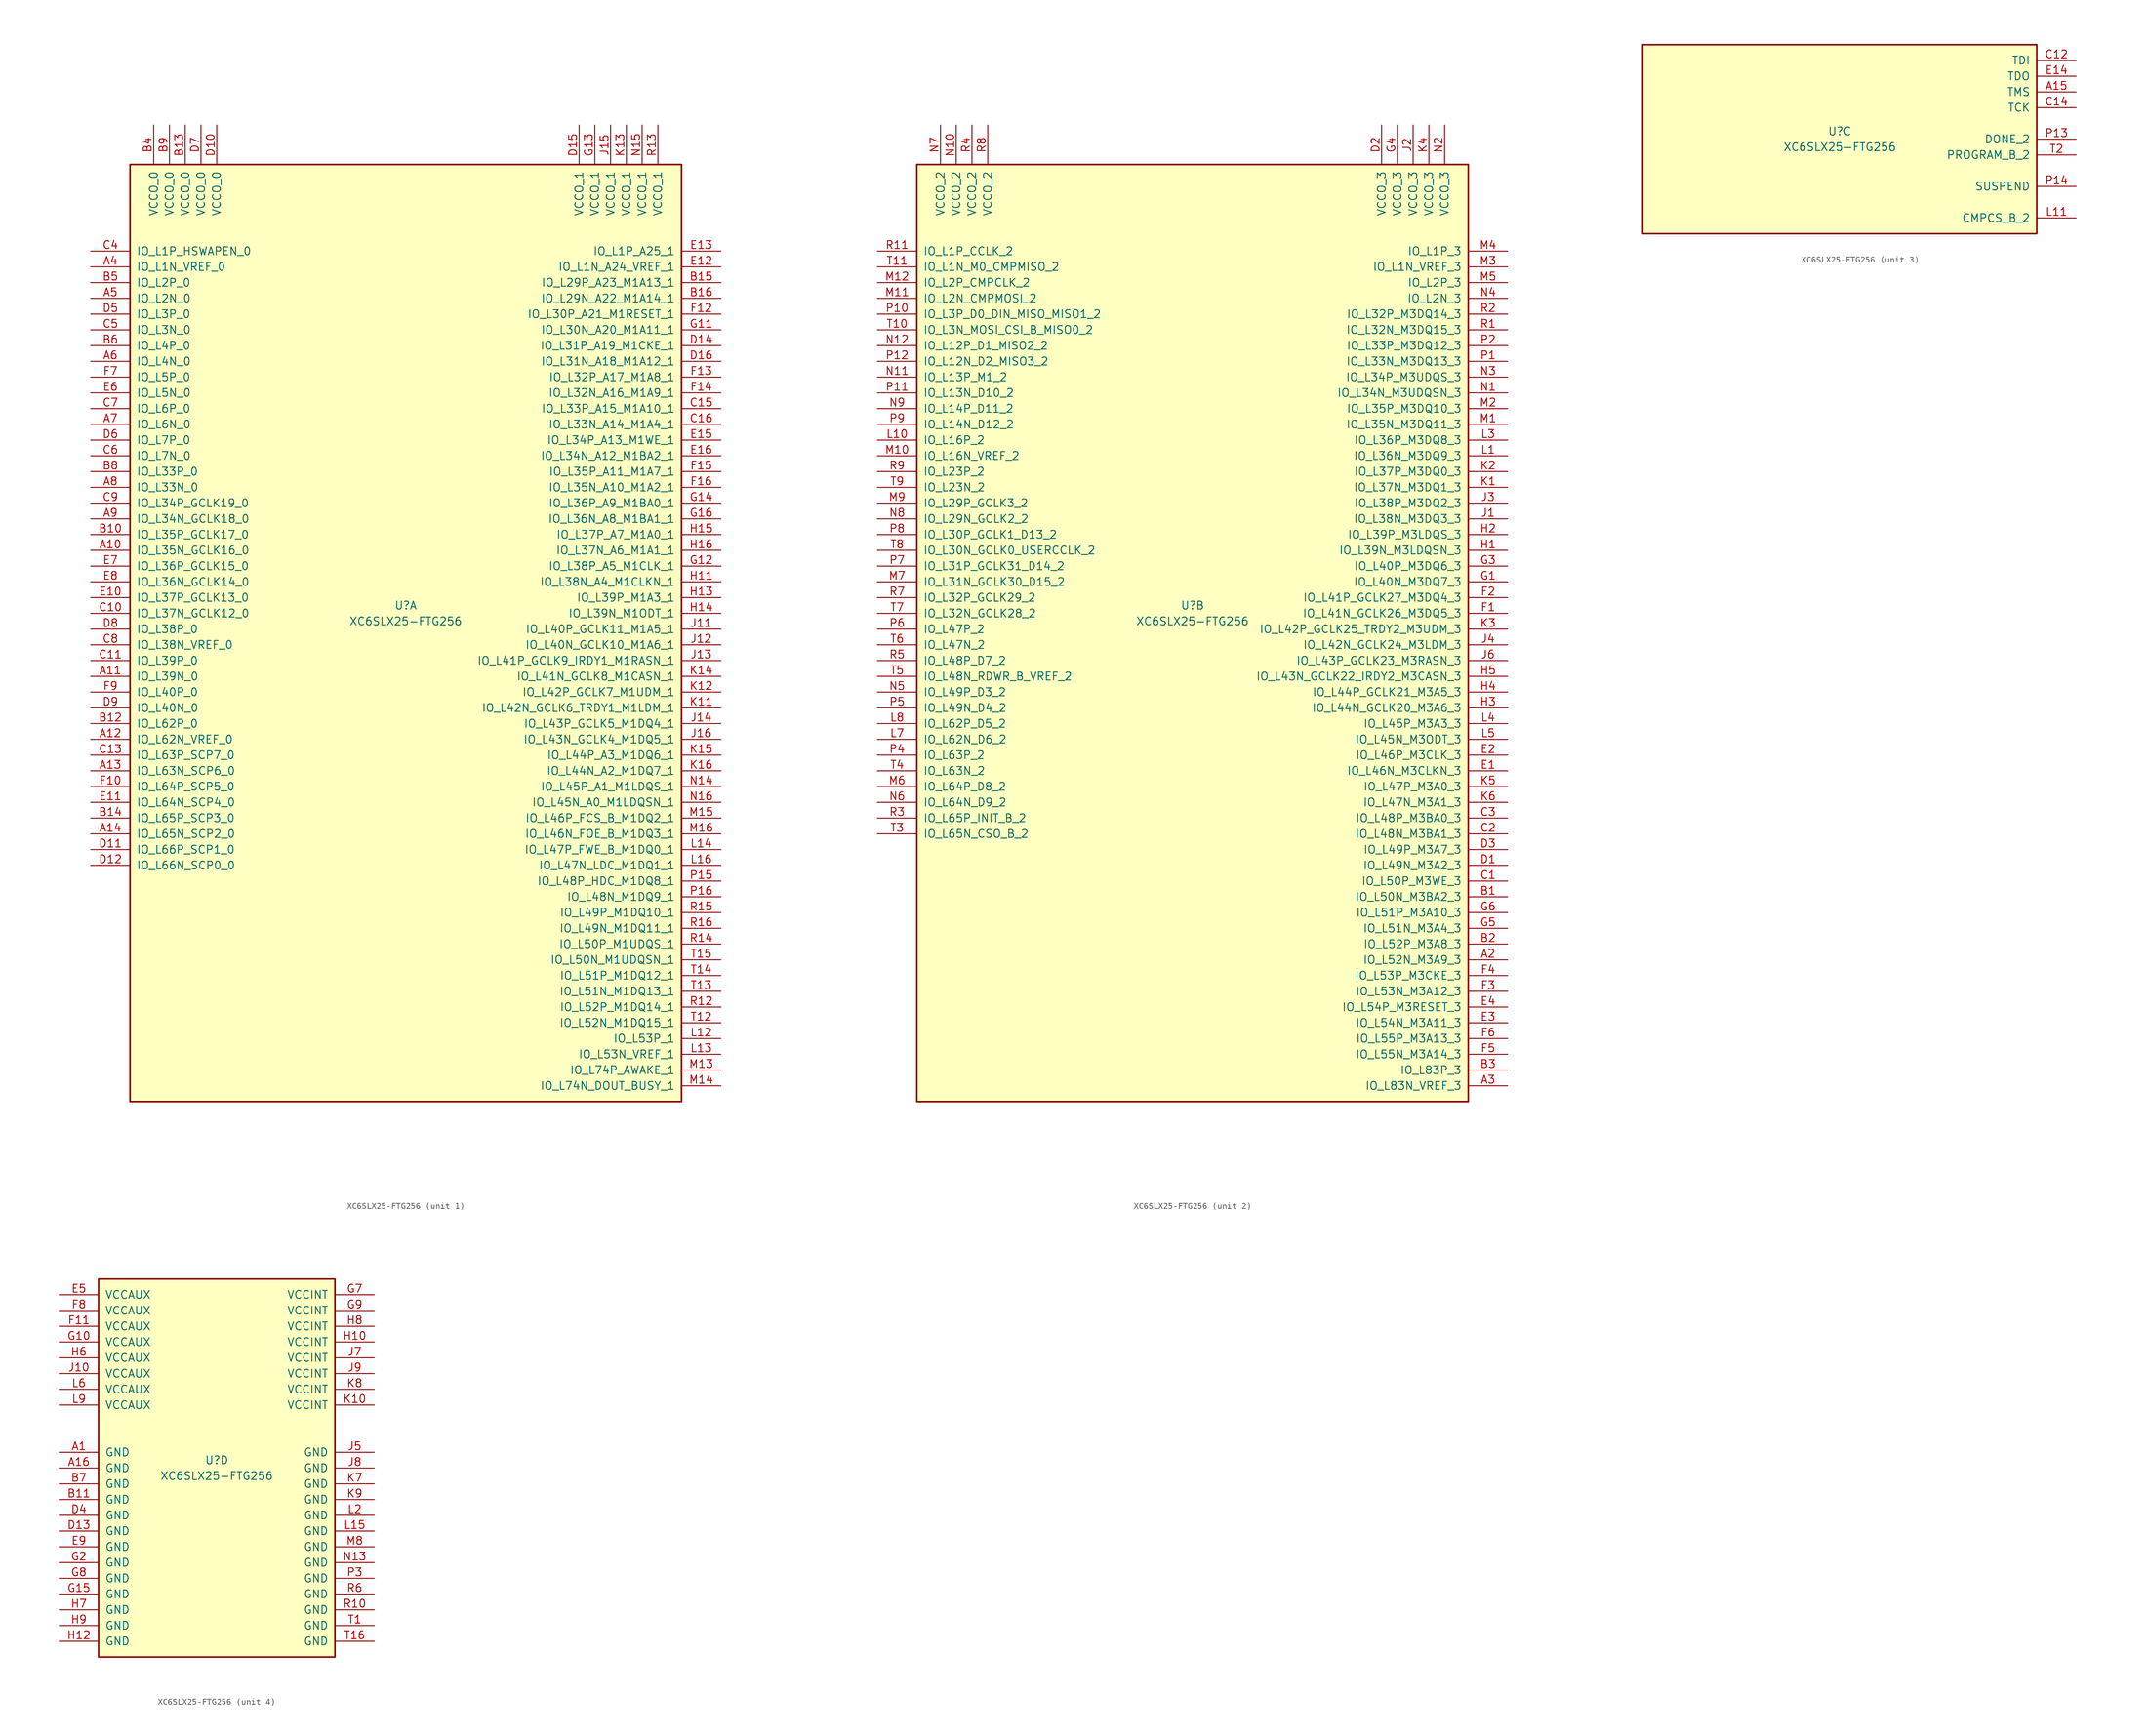
<source format=kicad_sym>
(kicad_symbol_lib
  (version 20211014)
  (generator kicad_symbol_editor)
  (symbol "XC6SLX25-FTG256"
    (pin_names
      (offset 1.016))
    (property "Reference" "U"
      (at 0 1.27 0)
      (effects (font (size 1.27 1.27))))
    (property "Value" "XC6SLX25-FTG256"
      (at 0 -1.27 0)
      (effects (font (size 1.27 1.27))))
    (property "Datasheet" ""
      (at 0 0 0)
      (effects (font (size 1.27 1.27))))
    (property "ki_locked" ""
      (at 0 0 0)
      (effects (font (size 1.27 1.27))))
    (symbol "XC6SLX25-FTG256_1_1"
      (rectangle (start -44.45 72.39) (end 44.45 -78.74) (stroke (width 0.254) (type default) (color 0 0 0 0)) (fill (type background)))
      (pin bidirectional line (at -50.8 10.16 0) (length 6.35) (name "IO_L35N_GCLK16_0" (effects (font (size 1.27 1.27)))) (number "A10" (effects (font (size 1.27 1.27)))))
      (pin bidirectional line (at -50.8 -10.16 0) (length 6.35) (name "IO_L39N_0" (effects (font (size 1.27 1.27)))) (number "A11" (effects (font (size 1.27 1.27)))))
      (pin bidirectional line (at -50.8 -20.32 0) (length 6.35) (name "IO_L62N_VREF_0" (effects (font (size 1.27 1.27)))) (number "A12" (effects (font (size 1.27 1.27)))))
      (pin bidirectional line (at -50.8 -25.4 0) (length 6.35) (name "IO_L63N_SCP6_0" (effects (font (size 1.27 1.27)))) (number "A13" (effects (font (size 1.27 1.27)))))
      (pin bidirectional line (at -50.8 -35.56 0) (length 6.35) (name "IO_L65N_SCP2_0" (effects (font (size 1.27 1.27)))) (number "A14" (effects (font (size 1.27 1.27)))))
      (pin bidirectional line (at -50.8 55.88 0) (length 6.35) (name "IO_L1N_VREF_0" (effects (font (size 1.27 1.27)))) (number "A4" (effects (font (size 1.27 1.27)))))
      (pin bidirectional line (at -50.8 50.8 0) (length 6.35) (name "IO_L2N_0" (effects (font (size 1.27 1.27)))) (number "A5" (effects (font (size 1.27 1.27)))))
      (pin bidirectional line (at -50.8 40.64 0) (length 6.35) (name "IO_L4N_0" (effects (font (size 1.27 1.27)))) (number "A6" (effects (font (size 1.27 1.27)))))
      (pin bidirectional line (at -50.8 30.48 0) (length 6.35) (name "IO_L6N_0" (effects (font (size 1.27 1.27)))) (number "A7" (effects (font (size 1.27 1.27)))))
      (pin bidirectional line (at -50.8 20.32 0) (length 6.35) (name "IO_L33N_0" (effects (font (size 1.27 1.27)))) (number "A8" (effects (font (size 1.27 1.27)))))
      (pin bidirectional line (at -50.8 15.24 0) (length 6.35) (name "IO_L34N_GCLK18_0" (effects (font (size 1.27 1.27)))) (number "A9" (effects (font (size 1.27 1.27)))))
      (pin bidirectional line (at -50.8 12.7 0) (length 6.35) (name "IO_L35P_GCLK17_0" (effects (font (size 1.27 1.27)))) (number "B10" (effects (font (size 1.27 1.27)))))
      (pin bidirectional line (at -50.8 -17.78 0) (length 6.35) (name "IO_L62P_0" (effects (font (size 1.27 1.27)))) (number "B12" (effects (font (size 1.27 1.27)))))
      (pin power_in line (at -35.56 78.74 270) (length 6.35) (name "VCCO_0" (effects (font (size 1.27 1.27)))) (number "B13" (effects (font (size 1.27 1.27)))))
      (pin bidirectional line (at -50.8 -33.02 0) (length 6.35) (name "IO_L65P_SCP3_0" (effects (font (size 1.27 1.27)))) (number "B14" (effects (font (size 1.27 1.27)))))
      (pin bidirectional line (at 50.8 53.34 180) (length 6.35) (name "IO_L29P_A23_M1A13_1" (effects (font (size 1.27 1.27)))) (number "B15" (effects (font (size 1.27 1.27)))))
      (pin bidirectional line (at 50.8 50.8 180) (length 6.35) (name "IO_L29N_A22_M1A14_1" (effects (font (size 1.27 1.27)))) (number "B16" (effects (font (size 1.27 1.27)))))
      (pin power_in line (at -40.64 78.74 270) (length 6.35) (name "VCCO_0" (effects (font (size 1.27 1.27)))) (number "B4" (effects (font (size 1.27 1.27)))))
      (pin bidirectional line (at -50.8 53.34 0) (length 6.35) (name "IO_L2P_0" (effects (font (size 1.27 1.27)))) (number "B5" (effects (font (size 1.27 1.27)))))
      (pin bidirectional line (at -50.8 43.18 0) (length 6.35) (name "IO_L4P_0" (effects (font (size 1.27 1.27)))) (number "B6" (effects (font (size 1.27 1.27)))))
      (pin bidirectional line (at -50.8 22.86 0) (length 6.35) (name "IO_L33P_0" (effects (font (size 1.27 1.27)))) (number "B8" (effects (font (size 1.27 1.27)))))
      (pin power_in line (at -38.1 78.74 270) (length 6.35) (name "VCCO_0" (effects (font (size 1.27 1.27)))) (number "B9" (effects (font (size 1.27 1.27)))))
      (pin bidirectional line (at -50.8 0 0) (length 6.35) (name "IO_L37N_GCLK12_0" (effects (font (size 1.27 1.27)))) (number "C10" (effects (font (size 1.27 1.27)))))
      (pin bidirectional line (at -50.8 -7.62 0) (length 6.35) (name "IO_L39P_0" (effects (font (size 1.27 1.27)))) (number "C11" (effects (font (size 1.27 1.27)))))
      (pin bidirectional line (at -50.8 -22.86 0) (length 6.35) (name "IO_L63P_SCP7_0" (effects (font (size 1.27 1.27)))) (number "C13" (effects (font (size 1.27 1.27)))))
      (pin bidirectional line (at 50.8 33.02 180) (length 6.35) (name "IO_L33P_A15_M1A10_1" (effects (font (size 1.27 1.27)))) (number "C15" (effects (font (size 1.27 1.27)))))
      (pin bidirectional line (at 50.8 30.48 180) (length 6.35) (name "IO_L33N_A14_M1A4_1" (effects (font (size 1.27 1.27)))) (number "C16" (effects (font (size 1.27 1.27)))))
      (pin bidirectional line (at -50.8 58.42 0) (length 6.35) (name "IO_L1P_HSWAPEN_0" (effects (font (size 1.27 1.27)))) (number "C4" (effects (font (size 1.27 1.27)))))
      (pin bidirectional line (at -50.8 45.72 0) (length 6.35) (name "IO_L3N_0" (effects (font (size 1.27 1.27)))) (number "C5" (effects (font (size 1.27 1.27)))))
      (pin bidirectional line (at -50.8 25.4 0) (length 6.35) (name "IO_L7N_0" (effects (font (size 1.27 1.27)))) (number "C6" (effects (font (size 1.27 1.27)))))
      (pin bidirectional line (at -50.8 33.02 0) (length 6.35) (name "IO_L6P_0" (effects (font (size 1.27 1.27)))) (number "C7" (effects (font (size 1.27 1.27)))))
      (pin bidirectional line (at -50.8 -5.08 0) (length 6.35) (name "IO_L38N_VREF_0" (effects (font (size 1.27 1.27)))) (number "C8" (effects (font (size 1.27 1.27)))))
      (pin bidirectional line (at -50.8 17.78 0) (length 6.35) (name "IO_L34P_GCLK19_0" (effects (font (size 1.27 1.27)))) (number "C9" (effects (font (size 1.27 1.27)))))
      (pin power_in line (at -30.48 78.74 270) (length 6.35) (name "VCCO_0" (effects (font (size 1.27 1.27)))) (number "D10" (effects (font (size 1.27 1.27)))))
      (pin bidirectional line (at -50.8 -38.1 0) (length 6.35) (name "IO_L66P_SCP1_0" (effects (font (size 1.27 1.27)))) (number "D11" (effects (font (size 1.27 1.27)))))
      (pin bidirectional line (at -50.8 -40.64 0) (length 6.35) (name "IO_L66N_SCP0_0" (effects (font (size 1.27 1.27)))) (number "D12" (effects (font (size 1.27 1.27)))))
      (pin bidirectional line (at 50.8 43.18 180) (length 6.35) (name "IO_L31P_A19_M1CKE_1" (effects (font (size 1.27 1.27)))) (number "D14" (effects (font (size 1.27 1.27)))))
      (pin power_in line (at 27.94 78.74 270) (length 6.35) (name "VCCO_1" (effects (font (size 1.27 1.27)))) (number "D15" (effects (font (size 1.27 1.27)))))
      (pin bidirectional line (at 50.8 40.64 180) (length 6.35) (name "IO_L31N_A18_M1A12_1" (effects (font (size 1.27 1.27)))) (number "D16" (effects (font (size 1.27 1.27)))))
      (pin bidirectional line (at -50.8 48.26 0) (length 6.35) (name "IO_L3P_0" (effects (font (size 1.27 1.27)))) (number "D5" (effects (font (size 1.27 1.27)))))
      (pin bidirectional line (at -50.8 27.94 0) (length 6.35) (name "IO_L7P_0" (effects (font (size 1.27 1.27)))) (number "D6" (effects (font (size 1.27 1.27)))))
      (pin power_in line (at -33.02 78.74 270) (length 6.35) (name "VCCO_0" (effects (font (size 1.27 1.27)))) (number "D7" (effects (font (size 1.27 1.27)))))
      (pin bidirectional line (at -50.8 -2.54 0) (length 6.35) (name "IO_L38P_0" (effects (font (size 1.27 1.27)))) (number "D8" (effects (font (size 1.27 1.27)))))
      (pin bidirectional line (at -50.8 -15.24 0) (length 6.35) (name "IO_L40N_0" (effects (font (size 1.27 1.27)))) (number "D9" (effects (font (size 1.27 1.27)))))
      (pin bidirectional line (at -50.8 2.54 0) (length 6.35) (name "IO_L37P_GCLK13_0" (effects (font (size 1.27 1.27)))) (number "E10" (effects (font (size 1.27 1.27)))))
      (pin bidirectional line (at -50.8 -30.48 0) (length 6.35) (name "IO_L64N_SCP4_0" (effects (font (size 1.27 1.27)))) (number "E11" (effects (font (size 1.27 1.27)))))
      (pin bidirectional line (at 50.8 55.88 180) (length 6.35) (name "IO_L1N_A24_VREF_1" (effects (font (size 1.27 1.27)))) (number "E12" (effects (font (size 1.27 1.27)))))
      (pin bidirectional line (at 50.8 58.42 180) (length 6.35) (name "IO_L1P_A25_1" (effects (font (size 1.27 1.27)))) (number "E13" (effects (font (size 1.27 1.27)))))
      (pin bidirectional line (at 50.8 27.94 180) (length 6.35) (name "IO_L34P_A13_M1WE_1" (effects (font (size 1.27 1.27)))) (number "E15" (effects (font (size 1.27 1.27)))))
      (pin bidirectional line (at 50.8 25.4 180) (length 6.35) (name "IO_L34N_A12_M1BA2_1" (effects (font (size 1.27 1.27)))) (number "E16" (effects (font (size 1.27 1.27)))))
      (pin bidirectional line (at -50.8 35.56 0) (length 6.35) (name "IO_L5N_0" (effects (font (size 1.27 1.27)))) (number "E6" (effects (font (size 1.27 1.27)))))
      (pin bidirectional line (at -50.8 7.62 0) (length 6.35) (name "IO_L36P_GCLK15_0" (effects (font (size 1.27 1.27)))) (number "E7" (effects (font (size 1.27 1.27)))))
      (pin bidirectional line (at -50.8 5.08 0) (length 6.35) (name "IO_L36N_GCLK14_0" (effects (font (size 1.27 1.27)))) (number "E8" (effects (font (size 1.27 1.27)))))
      (pin bidirectional line (at -50.8 -27.94 0) (length 6.35) (name "IO_L64P_SCP5_0" (effects (font (size 1.27 1.27)))) (number "F10" (effects (font (size 1.27 1.27)))))
      (pin bidirectional line (at 50.8 48.26 180) (length 6.35) (name "IO_L30P_A21_M1RESET_1" (effects (font (size 1.27 1.27)))) (number "F12" (effects (font (size 1.27 1.27)))))
      (pin bidirectional line (at 50.8 38.1 180) (length 6.35) (name "IO_L32P_A17_M1A8_1" (effects (font (size 1.27 1.27)))) (number "F13" (effects (font (size 1.27 1.27)))))
      (pin bidirectional line (at 50.8 35.56 180) (length 6.35) (name "IO_L32N_A16_M1A9_1" (effects (font (size 1.27 1.27)))) (number "F14" (effects (font (size 1.27 1.27)))))
      (pin bidirectional line (at 50.8 22.86 180) (length 6.35) (name "IO_L35P_A11_M1A7_1" (effects (font (size 1.27 1.27)))) (number "F15" (effects (font (size 1.27 1.27)))))
      (pin bidirectional line (at 50.8 20.32 180) (length 6.35) (name "IO_L35N_A10_M1A2_1" (effects (font (size 1.27 1.27)))) (number "F16" (effects (font (size 1.27 1.27)))))
      (pin bidirectional line (at -50.8 38.1 0) (length 6.35) (name "IO_L5P_0" (effects (font (size 1.27 1.27)))) (number "F7" (effects (font (size 1.27 1.27)))))
      (pin bidirectional line (at -50.8 -12.7 0) (length 6.35) (name "IO_L40P_0" (effects (font (size 1.27 1.27)))) (number "F9" (effects (font (size 1.27 1.27)))))
      (pin bidirectional line (at 50.8 45.72 180) (length 6.35) (name "IO_L30N_A20_M1A11_1" (effects (font (size 1.27 1.27)))) (number "G11" (effects (font (size 1.27 1.27)))))
      (pin bidirectional line (at 50.8 7.62 180) (length 6.35) (name "IO_L38P_A5_M1CLK_1" (effects (font (size 1.27 1.27)))) (number "G12" (effects (font (size 1.27 1.27)))))
      (pin power_in line (at 30.48 78.74 270) (length 6.35) (name "VCCO_1" (effects (font (size 1.27 1.27)))) (number "G13" (effects (font (size 1.27 1.27)))))
      (pin bidirectional line (at 50.8 17.78 180) (length 6.35) (name "IO_L36P_A9_M1BA0_1" (effects (font (size 1.27 1.27)))) (number "G14" (effects (font (size 1.27 1.27)))))
      (pin bidirectional line (at 50.8 15.24 180) (length 6.35) (name "IO_L36N_A8_M1BA1_1" (effects (font (size 1.27 1.27)))) (number "G16" (effects (font (size 1.27 1.27)))))
      (pin bidirectional line (at 50.8 5.08 180) (length 6.35) (name "IO_L38N_A4_M1CLKN_1" (effects (font (size 1.27 1.27)))) (number "H11" (effects (font (size 1.27 1.27)))))
      (pin bidirectional line (at 50.8 2.54 180) (length 6.35) (name "IO_L39P_M1A3_1" (effects (font (size 1.27 1.27)))) (number "H13" (effects (font (size 1.27 1.27)))))
      (pin bidirectional line (at 50.8 0 180) (length 6.35) (name "IO_L39N_M1ODT_1" (effects (font (size 1.27 1.27)))) (number "H14" (effects (font (size 1.27 1.27)))))
      (pin bidirectional line (at 50.8 12.7 180) (length 6.35) (name "IO_L37P_A7_M1A0_1" (effects (font (size 1.27 1.27)))) (number "H15" (effects (font (size 1.27 1.27)))))
      (pin bidirectional line (at 50.8 10.16 180) (length 6.35) (name "IO_L37N_A6_M1A1_1" (effects (font (size 1.27 1.27)))) (number "H16" (effects (font (size 1.27 1.27)))))
      (pin bidirectional line (at 50.8 -2.54 180) (length 6.35) (name "IO_L40P_GCLK11_M1A5_1" (effects (font (size 1.27 1.27)))) (number "J11" (effects (font (size 1.27 1.27)))))
      (pin bidirectional line (at 50.8 -5.08 180) (length 6.35) (name "IO_L40N_GCLK10_M1A6_1" (effects (font (size 1.27 1.27)))) (number "J12" (effects (font (size 1.27 1.27)))))
      (pin bidirectional line (at 50.8 -7.62 180) (length 6.35) (name "IO_L41P_GCLK9_IRDY1_M1RASN_1" (effects (font (size 1.27 1.27)))) (number "J13" (effects (font (size 1.27 1.27)))))
      (pin bidirectional line (at 50.8 -17.78 180) (length 6.35) (name "IO_L43P_GCLK5_M1DQ4_1" (effects (font (size 1.27 1.27)))) (number "J14" (effects (font (size 1.27 1.27)))))
      (pin power_in line (at 33.02 78.74 270) (length 6.35) (name "VCCO_1" (effects (font (size 1.27 1.27)))) (number "J15" (effects (font (size 1.27 1.27)))))
      (pin bidirectional line (at 50.8 -20.32 180) (length 6.35) (name "IO_L43N_GCLK4_M1DQ5_1" (effects (font (size 1.27 1.27)))) (number "J16" (effects (font (size 1.27 1.27)))))
      (pin bidirectional line (at 50.8 -15.24 180) (length 6.35) (name "IO_L42N_GCLK6_TRDY1_M1LDM_1" (effects (font (size 1.27 1.27)))) (number "K11" (effects (font (size 1.27 1.27)))))
      (pin bidirectional line (at 50.8 -12.7 180) (length 6.35) (name "IO_L42P_GCLK7_M1UDM_1" (effects (font (size 1.27 1.27)))) (number "K12" (effects (font (size 1.27 1.27)))))
      (pin power_in line (at 35.56 78.74 270) (length 6.35) (name "VCCO_1" (effects (font (size 1.27 1.27)))) (number "K13" (effects (font (size 1.27 1.27)))))
      (pin bidirectional line (at 50.8 -10.16 180) (length 6.35) (name "IO_L41N_GCLK8_M1CASN_1" (effects (font (size 1.27 1.27)))) (number "K14" (effects (font (size 1.27 1.27)))))
      (pin bidirectional line (at 50.8 -22.86 180) (length 6.35) (name "IO_L44P_A3_M1DQ6_1" (effects (font (size 1.27 1.27)))) (number "K15" (effects (font (size 1.27 1.27)))))
      (pin bidirectional line (at 50.8 -25.4 180) (length 6.35) (name "IO_L44N_A2_M1DQ7_1" (effects (font (size 1.27 1.27)))) (number "K16" (effects (font (size 1.27 1.27)))))
      (pin bidirectional line (at 50.8 -68.58 180) (length 6.35) (name "IO_L53P_1" (effects (font (size 1.27 1.27)))) (number "L12" (effects (font (size 1.27 1.27)))))
      (pin bidirectional line (at 50.8 -71.12 180) (length 6.35) (name "IO_L53N_VREF_1" (effects (font (size 1.27 1.27)))) (number "L13" (effects (font (size 1.27 1.27)))))
      (pin bidirectional line (at 50.8 -38.1 180) (length 6.35) (name "IO_L47P_FWE_B_M1DQ0_1" (effects (font (size 1.27 1.27)))) (number "L14" (effects (font (size 1.27 1.27)))))
      (pin bidirectional line (at 50.8 -40.64 180) (length 6.35) (name "IO_L47N_LDC_M1DQ1_1" (effects (font (size 1.27 1.27)))) (number "L16" (effects (font (size 1.27 1.27)))))
      (pin bidirectional line (at 50.8 -73.66 180) (length 6.35) (name "IO_L74P_AWAKE_1" (effects (font (size 1.27 1.27)))) (number "M13" (effects (font (size 1.27 1.27)))))
      (pin bidirectional line (at 50.8 -76.2 180) (length 6.35) (name "IO_L74N_DOUT_BUSY_1" (effects (font (size 1.27 1.27)))) (number "M14" (effects (font (size 1.27 1.27)))))
      (pin bidirectional line (at 50.8 -33.02 180) (length 6.35) (name "IO_L46P_FCS_B_M1DQ2_1" (effects (font (size 1.27 1.27)))) (number "M15" (effects (font (size 1.27 1.27)))))
      (pin bidirectional line (at 50.8 -35.56 180) (length 6.35) (name "IO_L46N_FOE_B_M1DQ3_1" (effects (font (size 1.27 1.27)))) (number "M16" (effects (font (size 1.27 1.27)))))
      (pin bidirectional line (at 50.8 -27.94 180) (length 6.35) (name "IO_L45P_A1_M1LDQS_1" (effects (font (size 1.27 1.27)))) (number "N14" (effects (font (size 1.27 1.27)))))
      (pin power_in line (at 38.1 78.74 270) (length 6.35) (name "VCCO_1" (effects (font (size 1.27 1.27)))) (number "N15" (effects (font (size 1.27 1.27)))))
      (pin bidirectional line (at 50.8 -30.48 180) (length 6.35) (name "IO_L45N_A0_M1LDQSN_1" (effects (font (size 1.27 1.27)))) (number "N16" (effects (font (size 1.27 1.27)))))
      (pin bidirectional line (at 50.8 -43.18 180) (length 6.35) (name "IO_L48P_HDC_M1DQ8_1" (effects (font (size 1.27 1.27)))) (number "P15" (effects (font (size 1.27 1.27)))))
      (pin bidirectional line (at 50.8 -45.72 180) (length 6.35) (name "IO_L48N_M1DQ9_1" (effects (font (size 1.27 1.27)))) (number "P16" (effects (font (size 1.27 1.27)))))
      (pin bidirectional line (at 50.8 -63.5 180) (length 6.35) (name "IO_L52P_M1DQ14_1" (effects (font (size 1.27 1.27)))) (number "R12" (effects (font (size 1.27 1.27)))))
      (pin power_in line (at 40.64 78.74 270) (length 6.35) (name "VCCO_1" (effects (font (size 1.27 1.27)))) (number "R13" (effects (font (size 1.27 1.27)))))
      (pin bidirectional line (at 50.8 -53.34 180) (length 6.35) (name "IO_L50P_M1UDQS_1" (effects (font (size 1.27 1.27)))) (number "R14" (effects (font (size 1.27 1.27)))))
      (pin bidirectional line (at 50.8 -48.26 180) (length 6.35) (name "IO_L49P_M1DQ10_1" (effects (font (size 1.27 1.27)))) (number "R15" (effects (font (size 1.27 1.27)))))
      (pin bidirectional line (at 50.8 -50.8 180) (length 6.35) (name "IO_L49N_M1DQ11_1" (effects (font (size 1.27 1.27)))) (number "R16" (effects (font (size 1.27 1.27)))))
      (pin bidirectional line (at 50.8 -66.04 180) (length 6.35) (name "IO_L52N_M1DQ15_1" (effects (font (size 1.27 1.27)))) (number "T12" (effects (font (size 1.27 1.27)))))
      (pin bidirectional line (at 50.8 -60.96 180) (length 6.35) (name "IO_L51N_M1DQ13_1" (effects (font (size 1.27 1.27)))) (number "T13" (effects (font (size 1.27 1.27)))))
      (pin bidirectional line (at 50.8 -58.42 180) (length 6.35) (name "IO_L51P_M1DQ12_1" (effects (font (size 1.27 1.27)))) (number "T14" (effects (font (size 1.27 1.27)))))
      (pin bidirectional line (at 50.8 -55.88 180) (length 6.35) (name "IO_L50N_M1UDQSN_1" (effects (font (size 1.27 1.27)))) (number "T15" (effects (font (size 1.27 1.27))))))
    (symbol "XC6SLX25-FTG256_2_1"
      (rectangle (start -44.45 72.39) (end 44.45 -78.74) (stroke (width 0.254) (type default) (color 0 0 0 0)) (fill (type background)))
      (pin bidirectional line (at 50.8 -55.88 180) (length 6.35) (name "IO_L52N_M3A9_3" (effects (font (size 1.27 1.27)))) (number "A2" (effects (font (size 1.27 1.27)))))
      (pin bidirectional line (at 50.8 -76.2 180) (length 6.35) (name "IO_L83N_VREF_3" (effects (font (size 1.27 1.27)))) (number "A3" (effects (font (size 1.27 1.27)))))
      (pin bidirectional line (at 50.8 -45.72 180) (length 6.35) (name "IO_L50N_M3BA2_3" (effects (font (size 1.27 1.27)))) (number "B1" (effects (font (size 1.27 1.27)))))
      (pin bidirectional line (at 50.8 -53.34 180) (length 6.35) (name "IO_L52P_M3A8_3" (effects (font (size 1.27 1.27)))) (number "B2" (effects (font (size 1.27 1.27)))))
      (pin bidirectional line (at 50.8 -73.66 180) (length 6.35) (name "IO_L83P_3" (effects (font (size 1.27 1.27)))) (number "B3" (effects (font (size 1.27 1.27)))))
      (pin bidirectional line (at 50.8 -43.18 180) (length 6.35) (name "IO_L50P_M3WE_3" (effects (font (size 1.27 1.27)))) (number "C1" (effects (font (size 1.27 1.27)))))
      (pin bidirectional line (at 50.8 -35.56 180) (length 6.35) (name "IO_L48N_M3BA1_3" (effects (font (size 1.27 1.27)))) (number "C2" (effects (font (size 1.27 1.27)))))
      (pin bidirectional line (at 50.8 -33.02 180) (length 6.35) (name "IO_L48P_M3BA0_3" (effects (font (size 1.27 1.27)))) (number "C3" (effects (font (size 1.27 1.27)))))
      (pin bidirectional line (at 50.8 -40.64 180) (length 6.35) (name "IO_L49N_M3A2_3" (effects (font (size 1.27 1.27)))) (number "D1" (effects (font (size 1.27 1.27)))))
      (pin power_in line (at 30.48 78.74 270) (length 6.35) (name "VCCO_3" (effects (font (size 1.27 1.27)))) (number "D2" (effects (font (size 1.27 1.27)))))
      (pin bidirectional line (at 50.8 -38.1 180) (length 6.35) (name "IO_L49P_M3A7_3" (effects (font (size 1.27 1.27)))) (number "D3" (effects (font (size 1.27 1.27)))))
      (pin bidirectional line (at 50.8 -25.4 180) (length 6.35) (name "IO_L46N_M3CLKN_3" (effects (font (size 1.27 1.27)))) (number "E1" (effects (font (size 1.27 1.27)))))
      (pin bidirectional line (at 50.8 -22.86 180) (length 6.35) (name "IO_L46P_M3CLK_3" (effects (font (size 1.27 1.27)))) (number "E2" (effects (font (size 1.27 1.27)))))
      (pin bidirectional line (at 50.8 -66.04 180) (length 6.35) (name "IO_L54N_M3A11_3" (effects (font (size 1.27 1.27)))) (number "E3" (effects (font (size 1.27 1.27)))))
      (pin bidirectional line (at 50.8 -63.5 180) (length 6.35) (name "IO_L54P_M3RESET_3" (effects (font (size 1.27 1.27)))) (number "E4" (effects (font (size 1.27 1.27)))))
      (pin bidirectional line (at 50.8 0 180) (length 6.35) (name "IO_L41N_GCLK26_M3DQ5_3" (effects (font (size 1.27 1.27)))) (number "F1" (effects (font (size 1.27 1.27)))))
      (pin bidirectional line (at 50.8 2.54 180) (length 6.35) (name "IO_L41P_GCLK27_M3DQ4_3" (effects (font (size 1.27 1.27)))) (number "F2" (effects (font (size 1.27 1.27)))))
      (pin bidirectional line (at 50.8 -60.96 180) (length 6.35) (name "IO_L53N_M3A12_3" (effects (font (size 1.27 1.27)))) (number "F3" (effects (font (size 1.27 1.27)))))
      (pin bidirectional line (at 50.8 -58.42 180) (length 6.35) (name "IO_L53P_M3CKE_3" (effects (font (size 1.27 1.27)))) (number "F4" (effects (font (size 1.27 1.27)))))
      (pin bidirectional line (at 50.8 -71.12 180) (length 6.35) (name "IO_L55N_M3A14_3" (effects (font (size 1.27 1.27)))) (number "F5" (effects (font (size 1.27 1.27)))))
      (pin bidirectional line (at 50.8 -68.58 180) (length 6.35) (name "IO_L55P_M3A13_3" (effects (font (size 1.27 1.27)))) (number "F6" (effects (font (size 1.27 1.27)))))
      (pin bidirectional line (at 50.8 5.08 180) (length 6.35) (name "IO_L40N_M3DQ7_3" (effects (font (size 1.27 1.27)))) (number "G1" (effects (font (size 1.27 1.27)))))
      (pin bidirectional line (at 50.8 7.62 180) (length 6.35) (name "IO_L40P_M3DQ6_3" (effects (font (size 1.27 1.27)))) (number "G3" (effects (font (size 1.27 1.27)))))
      (pin power_in line (at 33.02 78.74 270) (length 6.35) (name "VCCO_3" (effects (font (size 1.27 1.27)))) (number "G4" (effects (font (size 1.27 1.27)))))
      (pin bidirectional line (at 50.8 -50.8 180) (length 6.35) (name "IO_L51N_M3A4_3" (effects (font (size 1.27 1.27)))) (number "G5" (effects (font (size 1.27 1.27)))))
      (pin bidirectional line (at 50.8 -48.26 180) (length 6.35) (name "IO_L51P_M3A10_3" (effects (font (size 1.27 1.27)))) (number "G6" (effects (font (size 1.27 1.27)))))
      (pin bidirectional line (at 50.8 10.16 180) (length 6.35) (name "IO_L39N_M3LDQSN_3" (effects (font (size 1.27 1.27)))) (number "H1" (effects (font (size 1.27 1.27)))))
      (pin bidirectional line (at 50.8 12.7 180) (length 6.35) (name "IO_L39P_M3LDQS_3" (effects (font (size 1.27 1.27)))) (number "H2" (effects (font (size 1.27 1.27)))))
      (pin bidirectional line (at 50.8 -15.24 180) (length 6.35) (name "IO_L44N_GCLK20_M3A6_3" (effects (font (size 1.27 1.27)))) (number "H3" (effects (font (size 1.27 1.27)))))
      (pin bidirectional line (at 50.8 -12.7 180) (length 6.35) (name "IO_L44P_GCLK21_M3A5_3" (effects (font (size 1.27 1.27)))) (number "H4" (effects (font (size 1.27 1.27)))))
      (pin bidirectional line (at 50.8 -10.16 180) (length 6.35) (name "IO_L43N_GCLK22_IRDY2_M3CASN_3" (effects (font (size 1.27 1.27)))) (number "H5" (effects (font (size 1.27 1.27)))))
      (pin bidirectional line (at 50.8 15.24 180) (length 6.35) (name "IO_L38N_M3DQ3_3" (effects (font (size 1.27 1.27)))) (number "J1" (effects (font (size 1.27 1.27)))))
      (pin power_in line (at 35.56 78.74 270) (length 6.35) (name "VCCO_3" (effects (font (size 1.27 1.27)))) (number "J2" (effects (font (size 1.27 1.27)))))
      (pin bidirectional line (at 50.8 17.78 180) (length 6.35) (name "IO_L38P_M3DQ2_3" (effects (font (size 1.27 1.27)))) (number "J3" (effects (font (size 1.27 1.27)))))
      (pin bidirectional line (at 50.8 -5.08 180) (length 6.35) (name "IO_L42N_GCLK24_M3LDM_3" (effects (font (size 1.27 1.27)))) (number "J4" (effects (font (size 1.27 1.27)))))
      (pin bidirectional line (at 50.8 -7.62 180) (length 6.35) (name "IO_L43P_GCLK23_M3RASN_3" (effects (font (size 1.27 1.27)))) (number "J6" (effects (font (size 1.27 1.27)))))
      (pin bidirectional line (at 50.8 20.32 180) (length 6.35) (name "IO_L37N_M3DQ1_3" (effects (font (size 1.27 1.27)))) (number "K1" (effects (font (size 1.27 1.27)))))
      (pin bidirectional line (at 50.8 22.86 180) (length 6.35) (name "IO_L37P_M3DQ0_3" (effects (font (size 1.27 1.27)))) (number "K2" (effects (font (size 1.27 1.27)))))
      (pin bidirectional line (at 50.8 -2.54 180) (length 6.35) (name "IO_L42P_GCLK25_TRDY2_M3UDM_3" (effects (font (size 1.27 1.27)))) (number "K3" (effects (font (size 1.27 1.27)))))
      (pin power_in line (at 38.1 78.74 270) (length 6.35) (name "VCCO_3" (effects (font (size 1.27 1.27)))) (number "K4" (effects (font (size 1.27 1.27)))))
      (pin bidirectional line (at 50.8 -27.94 180) (length 6.35) (name "IO_L47P_M3A0_3" (effects (font (size 1.27 1.27)))) (number "K5" (effects (font (size 1.27 1.27)))))
      (pin bidirectional line (at 50.8 -30.48 180) (length 6.35) (name "IO_L47N_M3A1_3" (effects (font (size 1.27 1.27)))) (number "K6" (effects (font (size 1.27 1.27)))))
      (pin bidirectional line (at 50.8 25.4 180) (length 6.35) (name "IO_L36N_M3DQ9_3" (effects (font (size 1.27 1.27)))) (number "L1" (effects (font (size 1.27 1.27)))))
      (pin bidirectional line (at -50.8 27.94 0) (length 6.35) (name "IO_L16P_2" (effects (font (size 1.27 1.27)))) (number "L10" (effects (font (size 1.27 1.27)))))
      (pin bidirectional line (at 50.8 27.94 180) (length 6.35) (name "IO_L36P_M3DQ8_3" (effects (font (size 1.27 1.27)))) (number "L3" (effects (font (size 1.27 1.27)))))
      (pin bidirectional line (at 50.8 -17.78 180) (length 6.35) (name "IO_L45P_M3A3_3" (effects (font (size 1.27 1.27)))) (number "L4" (effects (font (size 1.27 1.27)))))
      (pin bidirectional line (at 50.8 -20.32 180) (length 6.35) (name "IO_L45N_M3ODT_3" (effects (font (size 1.27 1.27)))) (number "L5" (effects (font (size 1.27 1.27)))))
      (pin bidirectional line (at -50.8 -20.32 0) (length 6.35) (name "IO_L62N_D6_2" (effects (font (size 1.27 1.27)))) (number "L7" (effects (font (size 1.27 1.27)))))
      (pin bidirectional line (at -50.8 -17.78 0) (length 6.35) (name "IO_L62P_D5_2" (effects (font (size 1.27 1.27)))) (number "L8" (effects (font (size 1.27 1.27)))))
      (pin bidirectional line (at 50.8 30.48 180) (length 6.35) (name "IO_L35N_M3DQ11_3" (effects (font (size 1.27 1.27)))) (number "M1" (effects (font (size 1.27 1.27)))))
      (pin bidirectional line (at -50.8 25.4 0) (length 6.35) (name "IO_L16N_VREF_2" (effects (font (size 1.27 1.27)))) (number "M10" (effects (font (size 1.27 1.27)))))
      (pin bidirectional line (at -50.8 50.8 0) (length 6.35) (name "IO_L2N_CMPMOSI_2" (effects (font (size 1.27 1.27)))) (number "M11" (effects (font (size 1.27 1.27)))))
      (pin bidirectional line (at -50.8 53.34 0) (length 6.35) (name "IO_L2P_CMPCLK_2" (effects (font (size 1.27 1.27)))) (number "M12" (effects (font (size 1.27 1.27)))))
      (pin bidirectional line (at 50.8 33.02 180) (length 6.35) (name "IO_L35P_M3DQ10_3" (effects (font (size 1.27 1.27)))) (number "M2" (effects (font (size 1.27 1.27)))))
      (pin bidirectional line (at 50.8 55.88 180) (length 6.35) (name "IO_L1N_VREF_3" (effects (font (size 1.27 1.27)))) (number "M3" (effects (font (size 1.27 1.27)))))
      (pin bidirectional line (at 50.8 58.42 180) (length 6.35) (name "IO_L1P_3" (effects (font (size 1.27 1.27)))) (number "M4" (effects (font (size 1.27 1.27)))))
      (pin bidirectional line (at 50.8 53.34 180) (length 6.35) (name "IO_L2P_3" (effects (font (size 1.27 1.27)))) (number "M5" (effects (font (size 1.27 1.27)))))
      (pin bidirectional line (at -50.8 -27.94 0) (length 6.35) (name "IO_L64P_D8_2" (effects (font (size 1.27 1.27)))) (number "M6" (effects (font (size 1.27 1.27)))))
      (pin bidirectional line (at -50.8 5.08 0) (length 6.35) (name "IO_L31N_GCLK30_D15_2" (effects (font (size 1.27 1.27)))) (number "M7" (effects (font (size 1.27 1.27)))))
      (pin bidirectional line (at -50.8 17.78 0) (length 6.35) (name "IO_L29P_GCLK3_2" (effects (font (size 1.27 1.27)))) (number "M9" (effects (font (size 1.27 1.27)))))
      (pin bidirectional line (at 50.8 35.56 180) (length 6.35) (name "IO_L34N_M3UDQSN_3" (effects (font (size 1.27 1.27)))) (number "N1" (effects (font (size 1.27 1.27)))))
      (pin power_in line (at -38.1 78.74 270) (length 6.35) (name "VCCO_2" (effects (font (size 1.27 1.27)))) (number "N10" (effects (font (size 1.27 1.27)))))
      (pin bidirectional line (at -50.8 38.1 0) (length 6.35) (name "IO_L13P_M1_2" (effects (font (size 1.27 1.27)))) (number "N11" (effects (font (size 1.27 1.27)))))
      (pin bidirectional line (at -50.8 43.18 0) (length 6.35) (name "IO_L12P_D1_MISO2_2" (effects (font (size 1.27 1.27)))) (number "N12" (effects (font (size 1.27 1.27)))))
      (pin power_in line (at 40.64 78.74 270) (length 6.35) (name "VCCO_3" (effects (font (size 1.27 1.27)))) (number "N2" (effects (font (size 1.27 1.27)))))
      (pin bidirectional line (at 50.8 38.1 180) (length 6.35) (name "IO_L34P_M3UDQS_3" (effects (font (size 1.27 1.27)))) (number "N3" (effects (font (size 1.27 1.27)))))
      (pin bidirectional line (at 50.8 50.8 180) (length 6.35) (name "IO_L2N_3" (effects (font (size 1.27 1.27)))) (number "N4" (effects (font (size 1.27 1.27)))))
      (pin bidirectional line (at -50.8 -12.7 0) (length 6.35) (name "IO_L49P_D3_2" (effects (font (size 1.27 1.27)))) (number "N5" (effects (font (size 1.27 1.27)))))
      (pin bidirectional line (at -50.8 -30.48 0) (length 6.35) (name "IO_L64N_D9_2" (effects (font (size 1.27 1.27)))) (number "N6" (effects (font (size 1.27 1.27)))))
      (pin power_in line (at -40.64 78.74 270) (length 6.35) (name "VCCO_2" (effects (font (size 1.27 1.27)))) (number "N7" (effects (font (size 1.27 1.27)))))
      (pin bidirectional line (at -50.8 15.24 0) (length 6.35) (name "IO_L29N_GCLK2_2" (effects (font (size 1.27 1.27)))) (number "N8" (effects (font (size 1.27 1.27)))))
      (pin bidirectional line (at -50.8 33.02 0) (length 6.35) (name "IO_L14P_D11_2" (effects (font (size 1.27 1.27)))) (number "N9" (effects (font (size 1.27 1.27)))))
      (pin bidirectional line (at 50.8 40.64 180) (length 6.35) (name "IO_L33N_M3DQ13_3" (effects (font (size 1.27 1.27)))) (number "P1" (effects (font (size 1.27 1.27)))))
      (pin bidirectional line (at -50.8 48.26 0) (length 6.35) (name "IO_L3P_D0_DIN_MISO_MISO1_2" (effects (font (size 1.27 1.27)))) (number "P10" (effects (font (size 1.27 1.27)))))
      (pin bidirectional line (at -50.8 35.56 0) (length 6.35) (name "IO_L13N_D10_2" (effects (font (size 1.27 1.27)))) (number "P11" (effects (font (size 1.27 1.27)))))
      (pin bidirectional line (at -50.8 40.64 0) (length 6.35) (name "IO_L12N_D2_MISO3_2" (effects (font (size 1.27 1.27)))) (number "P12" (effects (font (size 1.27 1.27)))))
      (pin bidirectional line (at 50.8 43.18 180) (length 6.35) (name "IO_L33P_M3DQ12_3" (effects (font (size 1.27 1.27)))) (number "P2" (effects (font (size 1.27 1.27)))))
      (pin bidirectional line (at -50.8 -22.86 0) (length 6.35) (name "IO_L63P_2" (effects (font (size 1.27 1.27)))) (number "P4" (effects (font (size 1.27 1.27)))))
      (pin bidirectional line (at -50.8 -15.24 0) (length 6.35) (name "IO_L49N_D4_2" (effects (font (size 1.27 1.27)))) (number "P5" (effects (font (size 1.27 1.27)))))
      (pin bidirectional line (at -50.8 -2.54 0) (length 6.35) (name "IO_L47P_2" (effects (font (size 1.27 1.27)))) (number "P6" (effects (font (size 1.27 1.27)))))
      (pin bidirectional line (at -50.8 7.62 0) (length 6.35) (name "IO_L31P_GCLK31_D14_2" (effects (font (size 1.27 1.27)))) (number "P7" (effects (font (size 1.27 1.27)))))
      (pin bidirectional line (at -50.8 12.7 0) (length 6.35) (name "IO_L30P_GCLK1_D13_2" (effects (font (size 1.27 1.27)))) (number "P8" (effects (font (size 1.27 1.27)))))
      (pin bidirectional line (at -50.8 30.48 0) (length 6.35) (name "IO_L14N_D12_2" (effects (font (size 1.27 1.27)))) (number "P9" (effects (font (size 1.27 1.27)))))
      (pin bidirectional line (at 50.8 45.72 180) (length 6.35) (name "IO_L32N_M3DQ15_3" (effects (font (size 1.27 1.27)))) (number "R1" (effects (font (size 1.27 1.27)))))
      (pin bidirectional line (at -50.8 58.42 0) (length 6.35) (name "IO_L1P_CCLK_2" (effects (font (size 1.27 1.27)))) (number "R11" (effects (font (size 1.27 1.27)))))
      (pin bidirectional line (at 50.8 48.26 180) (length 6.35) (name "IO_L32P_M3DQ14_3" (effects (font (size 1.27 1.27)))) (number "R2" (effects (font (size 1.27 1.27)))))
      (pin bidirectional line (at -50.8 -33.02 0) (length 6.35) (name "IO_L65P_INIT_B_2" (effects (font (size 1.27 1.27)))) (number "R3" (effects (font (size 1.27 1.27)))))
      (pin power_in line (at -35.56 78.74 270) (length 6.35) (name "VCCO_2" (effects (font (size 1.27 1.27)))) (number "R4" (effects (font (size 1.27 1.27)))))
      (pin bidirectional line (at -50.8 -7.62 0) (length 6.35) (name "IO_L48P_D7_2" (effects (font (size 1.27 1.27)))) (number "R5" (effects (font (size 1.27 1.27)))))
      (pin bidirectional line (at -50.8 2.54 0) (length 6.35) (name "IO_L32P_GCLK29_2" (effects (font (size 1.27 1.27)))) (number "R7" (effects (font (size 1.27 1.27)))))
      (pin power_in line (at -33.02 78.74 270) (length 6.35) (name "VCCO_2" (effects (font (size 1.27 1.27)))) (number "R8" (effects (font (size 1.27 1.27)))))
      (pin bidirectional line (at -50.8 22.86 0) (length 6.35) (name "IO_L23P_2" (effects (font (size 1.27 1.27)))) (number "R9" (effects (font (size 1.27 1.27)))))
      (pin bidirectional line (at -50.8 45.72 0) (length 6.35) (name "IO_L3N_MOSI_CSI_B_MISO0_2" (effects (font (size 1.27 1.27)))) (number "T10" (effects (font (size 1.27 1.27)))))
      (pin bidirectional line (at -50.8 55.88 0) (length 6.35) (name "IO_L1N_M0_CMPMISO_2" (effects (font (size 1.27 1.27)))) (number "T11" (effects (font (size 1.27 1.27)))))
      (pin bidirectional line (at -50.8 -35.56 0) (length 6.35) (name "IO_L65N_CSO_B_2" (effects (font (size 1.27 1.27)))) (number "T3" (effects (font (size 1.27 1.27)))))
      (pin bidirectional line (at -50.8 -25.4 0) (length 6.35) (name "IO_L63N_2" (effects (font (size 1.27 1.27)))) (number "T4" (effects (font (size 1.27 1.27)))))
      (pin bidirectional line (at -50.8 -10.16 0) (length 6.35) (name "IO_L48N_RDWR_B_VREF_2" (effects (font (size 1.27 1.27)))) (number "T5" (effects (font (size 1.27 1.27)))))
      (pin bidirectional line (at -50.8 -5.08 0) (length 6.35) (name "IO_L47N_2" (effects (font (size 1.27 1.27)))) (number "T6" (effects (font (size 1.27 1.27)))))
      (pin bidirectional line (at -50.8 0 0) (length 6.35) (name "IO_L32N_GCLK28_2" (effects (font (size 1.27 1.27)))) (number "T7" (effects (font (size 1.27 1.27)))))
      (pin bidirectional line (at -50.8 10.16 0) (length 6.35) (name "IO_L30N_GCLK0_USERCCLK_2" (effects (font (size 1.27 1.27)))) (number "T8" (effects (font (size 1.27 1.27)))))
      (pin bidirectional line (at -50.8 20.32 0) (length 6.35) (name "IO_L23N_2" (effects (font (size 1.27 1.27)))) (number "T9" (effects (font (size 1.27 1.27))))))
    (symbol "XC6SLX25-FTG256_3_1"
      (rectangle (start -31.75 15.24) (end 31.75 -15.24) (stroke (width 0.254) (type default) (color 0 0 0 0)) (fill (type background)))
      (pin bidirectional line (at 38.1 7.62 180) (length 6.35) (name "TMS" (effects (font (size 1.27 1.27)))) (number "A15" (effects (font (size 1.27 1.27)))))
      (pin bidirectional line (at 38.1 12.7 180) (length 6.35) (name "TDI" (effects (font (size 1.27 1.27)))) (number "C12" (effects (font (size 1.27 1.27)))))
      (pin bidirectional line (at 38.1 5.08 180) (length 6.35) (name "TCK" (effects (font (size 1.27 1.27)))) (number "C14" (effects (font (size 1.27 1.27)))))
      (pin bidirectional line (at 38.1 10.16 180) (length 6.35) (name "TDO" (effects (font (size 1.27 1.27)))) (number "E14" (effects (font (size 1.27 1.27)))))
      (pin bidirectional line (at 38.1 -12.7 180) (length 6.35) (name "CMPCS_B_2" (effects (font (size 1.27 1.27)))) (number "L11" (effects (font (size 1.27 1.27)))))
      (pin bidirectional line (at 38.1 0 180) (length 6.35) (name "DONE_2" (effects (font (size 1.27 1.27)))) (number "P13" (effects (font (size 1.27 1.27)))))
      (pin bidirectional line (at 38.1 -7.62 180) (length 6.35) (name "SUSPEND" (effects (font (size 1.27 1.27)))) (number "P14" (effects (font (size 1.27 1.27)))))
      (pin bidirectional line (at 38.1 -2.54 180) (length 6.35) (name "PROGRAM_B_2" (effects (font (size 1.27 1.27)))) (number "T2" (effects (font (size 1.27 1.27))))))
    (symbol "XC6SLX25-FTG256_4_1"
      (rectangle (start -19.05 30.48) (end 19.05 -30.48) (stroke (width 0.254) (type default) (color 0 0 0 0)) (fill (type background)))
      (pin power_in line (at -25.4 2.54 0) (length 6.35) (name "GND" (effects (font (size 1.27 1.27)))) (number "A1" (effects (font (size 1.27 1.27)))))
      (pin power_in line (at -25.4 0 0) (length 6.35) (name "GND" (effects (font (size 1.27 1.27)))) (number "A16" (effects (font (size 1.27 1.27)))))
      (pin power_in line (at -25.4 -5.08 0) (length 6.35) (name "GND" (effects (font (size 1.27 1.27)))) (number "B11" (effects (font (size 1.27 1.27)))))
      (pin power_in line (at -25.4 -2.54 0) (length 6.35) (name "GND" (effects (font (size 1.27 1.27)))) (number "B7" (effects (font (size 1.27 1.27)))))
      (pin power_in line (at -25.4 -10.16 0) (length 6.35) (name "GND" (effects (font (size 1.27 1.27)))) (number "D13" (effects (font (size 1.27 1.27)))))
      (pin power_in line (at -25.4 -7.62 0) (length 6.35) (name "GND" (effects (font (size 1.27 1.27)))) (number "D4" (effects (font (size 1.27 1.27)))))
      (pin power_in line (at -25.4 27.94 0) (length 6.35) (name "VCCAUX" (effects (font (size 1.27 1.27)))) (number "E5" (effects (font (size 1.27 1.27)))))
      (pin power_in line (at -25.4 -12.7 0) (length 6.35) (name "GND" (effects (font (size 1.27 1.27)))) (number "E9" (effects (font (size 1.27 1.27)))))
      (pin power_in line (at -25.4 22.86 0) (length 6.35) (name "VCCAUX" (effects (font (size 1.27 1.27)))) (number "F11" (effects (font (size 1.27 1.27)))))
      (pin power_in line (at -25.4 25.4 0) (length 6.35) (name "VCCAUX" (effects (font (size 1.27 1.27)))) (number "F8" (effects (font (size 1.27 1.27)))))
      (pin power_in line (at -25.4 20.32 0) (length 6.35) (name "VCCAUX" (effects (font (size 1.27 1.27)))) (number "G10" (effects (font (size 1.27 1.27)))))
      (pin power_in line (at -25.4 -20.32 0) (length 6.35) (name "GND" (effects (font (size 1.27 1.27)))) (number "G15" (effects (font (size 1.27 1.27)))))
      (pin power_in line (at -25.4 -15.24 0) (length 6.35) (name "GND" (effects (font (size 1.27 1.27)))) (number "G2" (effects (font (size 1.27 1.27)))))
      (pin power_in line (at 25.4 27.94 180) (length 6.35) (name "VCCINT" (effects (font (size 1.27 1.27)))) (number "G7" (effects (font (size 1.27 1.27)))))
      (pin power_in line (at -25.4 -17.78 0) (length 6.35) (name "GND" (effects (font (size 1.27 1.27)))) (number "G8" (effects (font (size 1.27 1.27)))))
      (pin power_in line (at 25.4 25.4 180) (length 6.35) (name "VCCINT" (effects (font (size 1.27 1.27)))) (number "G9" (effects (font (size 1.27 1.27)))))
      (pin power_in line (at 25.4 20.32 180) (length 6.35) (name "VCCINT" (effects (font (size 1.27 1.27)))) (number "H10" (effects (font (size 1.27 1.27)))))
      (pin power_in line (at -25.4 -27.94 0) (length 6.35) (name "GND" (effects (font (size 1.27 1.27)))) (number "H12" (effects (font (size 1.27 1.27)))))
      (pin power_in line (at -25.4 17.78 0) (length 6.35) (name "VCCAUX" (effects (font (size 1.27 1.27)))) (number "H6" (effects (font (size 1.27 1.27)))))
      (pin power_in line (at -25.4 -22.86 0) (length 6.35) (name "GND" (effects (font (size 1.27 1.27)))) (number "H7" (effects (font (size 1.27 1.27)))))
      (pin power_in line (at 25.4 22.86 180) (length 6.35) (name "VCCINT" (effects (font (size 1.27 1.27)))) (number "H8" (effects (font (size 1.27 1.27)))))
      (pin power_in line (at -25.4 -25.4 0) (length 6.35) (name "GND" (effects (font (size 1.27 1.27)))) (number "H9" (effects (font (size 1.27 1.27)))))
      (pin power_in line (at -25.4 15.24 0) (length 6.35) (name "VCCAUX" (effects (font (size 1.27 1.27)))) (number "J10" (effects (font (size 1.27 1.27)))))
      (pin power_in line (at 25.4 2.54 180) (length 6.35) (name "GND" (effects (font (size 1.27 1.27)))) (number "J5" (effects (font (size 1.27 1.27)))))
      (pin power_in line (at 25.4 17.78 180) (length 6.35) (name "VCCINT" (effects (font (size 1.27 1.27)))) (number "J7" (effects (font (size 1.27 1.27)))))
      (pin power_in line (at 25.4 0 180) (length 6.35) (name "GND" (effects (font (size 1.27 1.27)))) (number "J8" (effects (font (size 1.27 1.27)))))
      (pin power_in line (at 25.4 15.24 180) (length 6.35) (name "VCCINT" (effects (font (size 1.27 1.27)))) (number "J9" (effects (font (size 1.27 1.27)))))
      (pin power_in line (at 25.4 10.16 180) (length 6.35) (name "VCCINT" (effects (font (size 1.27 1.27)))) (number "K10" (effects (font (size 1.27 1.27)))))
      (pin power_in line (at 25.4 -2.54 180) (length 6.35) (name "GND" (effects (font (size 1.27 1.27)))) (number "K7" (effects (font (size 1.27 1.27)))))
      (pin power_in line (at 25.4 12.7 180) (length 6.35) (name "VCCINT" (effects (font (size 1.27 1.27)))) (number "K8" (effects (font (size 1.27 1.27)))))
      (pin power_in line (at 25.4 -5.08 180) (length 6.35) (name "GND" (effects (font (size 1.27 1.27)))) (number "K9" (effects (font (size 1.27 1.27)))))
      (pin power_in line (at 25.4 -10.16 180) (length 6.35) (name "GND" (effects (font (size 1.27 1.27)))) (number "L15" (effects (font (size 1.27 1.27)))))
      (pin power_in line (at 25.4 -7.62 180) (length 6.35) (name "GND" (effects (font (size 1.27 1.27)))) (number "L2" (effects (font (size 1.27 1.27)))))
      (pin power_in line (at -25.4 12.7 0) (length 6.35) (name "VCCAUX" (effects (font (size 1.27 1.27)))) (number "L6" (effects (font (size 1.27 1.27)))))
      (pin power_in line (at -25.4 10.16 0) (length 6.35) (name "VCCAUX" (effects (font (size 1.27 1.27)))) (number "L9" (effects (font (size 1.27 1.27)))))
      (pin power_in line (at 25.4 -12.7 180) (length 6.35) (name "GND" (effects (font (size 1.27 1.27)))) (number "M8" (effects (font (size 1.27 1.27)))))
      (pin power_in line (at 25.4 -15.24 180) (length 6.35) (name "GND" (effects (font (size 1.27 1.27)))) (number "N13" (effects (font (size 1.27 1.27)))))
      (pin power_in line (at 25.4 -17.78 180) (length 6.35) (name "GND" (effects (font (size 1.27 1.27)))) (number "P3" (effects (font (size 1.27 1.27)))))
      (pin power_in line (at 25.4 -22.86 180) (length 6.35) (name "GND" (effects (font (size 1.27 1.27)))) (number "R10" (effects (font (size 1.27 1.27)))))
      (pin power_in line (at 25.4 -20.32 180) (length 6.35) (name "GND" (effects (font (size 1.27 1.27)))) (number "R6" (effects (font (size 1.27 1.27)))))
      (pin power_in line (at 25.4 -25.4 180) (length 6.35) (name "GND" (effects (font (size 1.27 1.27)))) (number "T1" (effects (font (size 1.27 1.27)))))
      (pin power_in line (at 25.4 -27.94 180) (length 6.35) (name "GND" (effects (font (size 1.27 1.27)))) (number "T16" (effects (font (size 1.27 1.27))))))))
</source>
